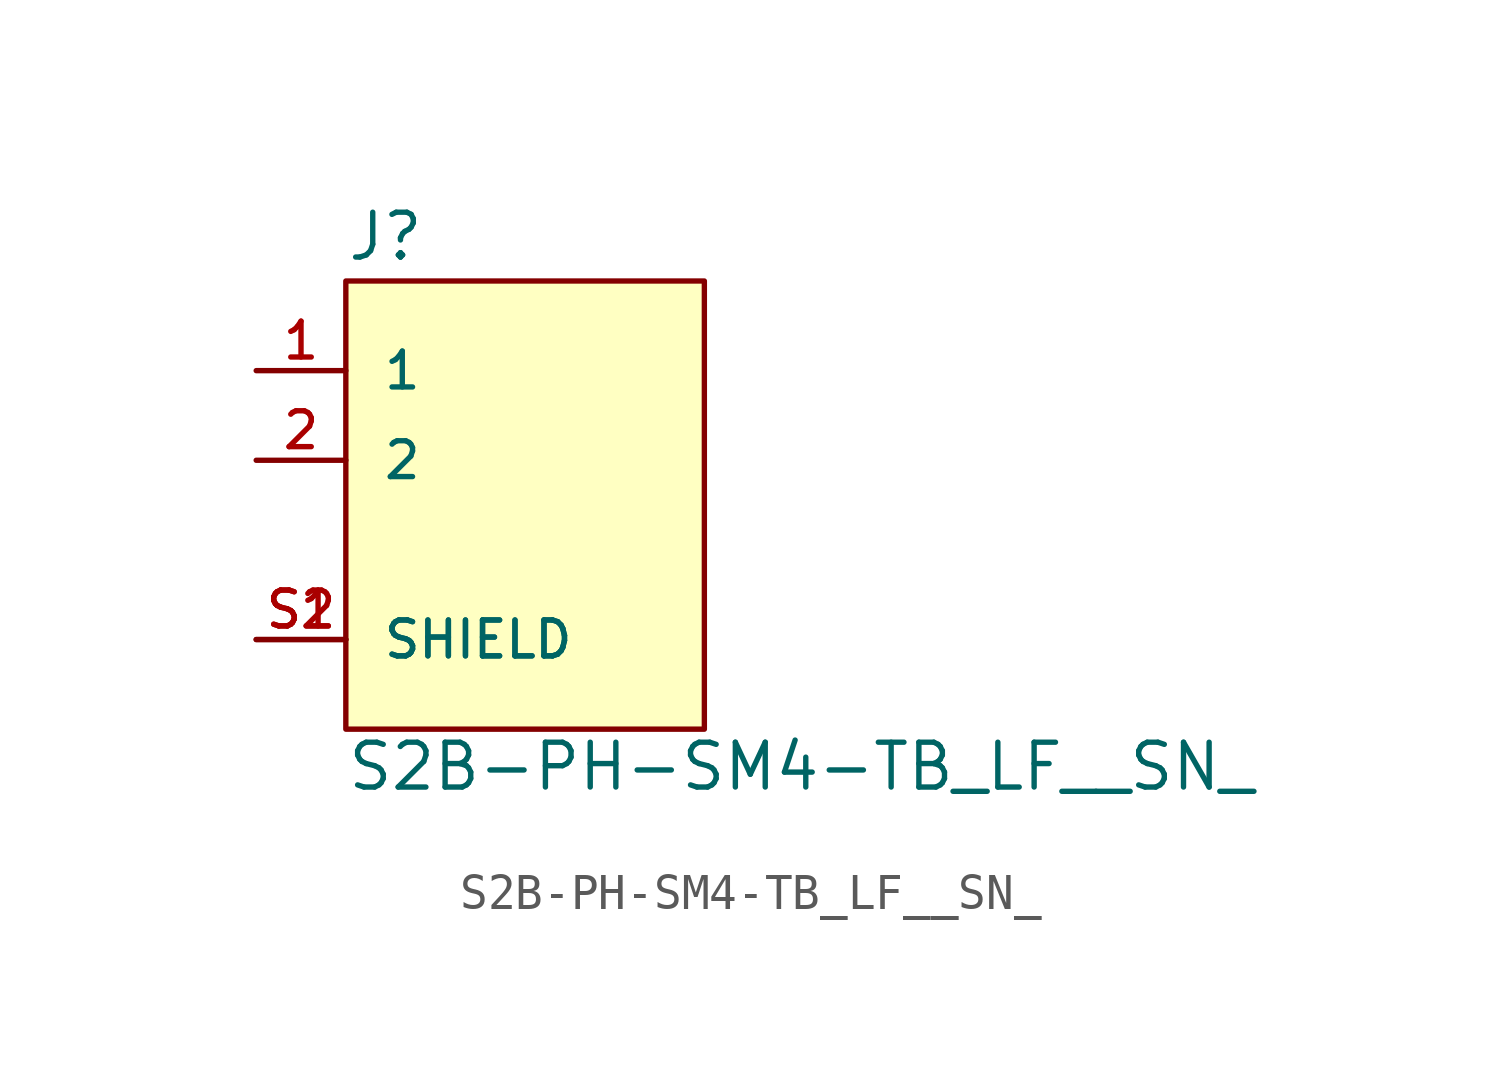
<source format=kicad_sym>
(kicad_symbol_lib
  (version 20211014)
  (generator kicad_symbol_editor)
  (symbol "S2B-PH-SM4-TB_LF__SN_"
    (pin_names
      (offset 1.016))
    (property "Reference" "J"
      (at -5.083 5.596 0)
      (effects (font (size 1.27 1.27)) (justify bottom left)))
    (property "Value" "S2B-PH-SM4-TB_LF__SN_"
      (at -5.088 -9.423 0)
      (effects (font (size 1.27 1.27)) (justify bottom left)))
    (symbol "S2B-PH-SM4-TB_LF__SN__0_0"
      (rectangle (start -5.08 -7.62) (end 5.08 5.08) (stroke (width 0.152)) (fill (type background)))
      (pin passive line (at -7.62 2.54 0) (length 2.54) (name "1" (effects (font (size 1.016 1.016)))) (number "1" (effects (font (size 1.016 1.016)))))
      (pin passive line (at -7.62 0.0 0) (length 2.54) (name "2" (effects (font (size 1.016 1.016)))) (number "2" (effects (font (size 1.016 1.016)))))
      (pin passive line (at -7.62 -5.08 0) (length 2.54) (name "SHIELD" (effects (font (size 1.016 1.016)))) (number "S1" (effects (font (size 1.016 1.016)))))
      (pin passive line (at -7.62 -5.08 0) (length 2.54) (name "SHIELD" (effects (font (size 1.016 1.016)))) (number "S2" (effects (font (size 1.016 1.016))))))))
</source>
